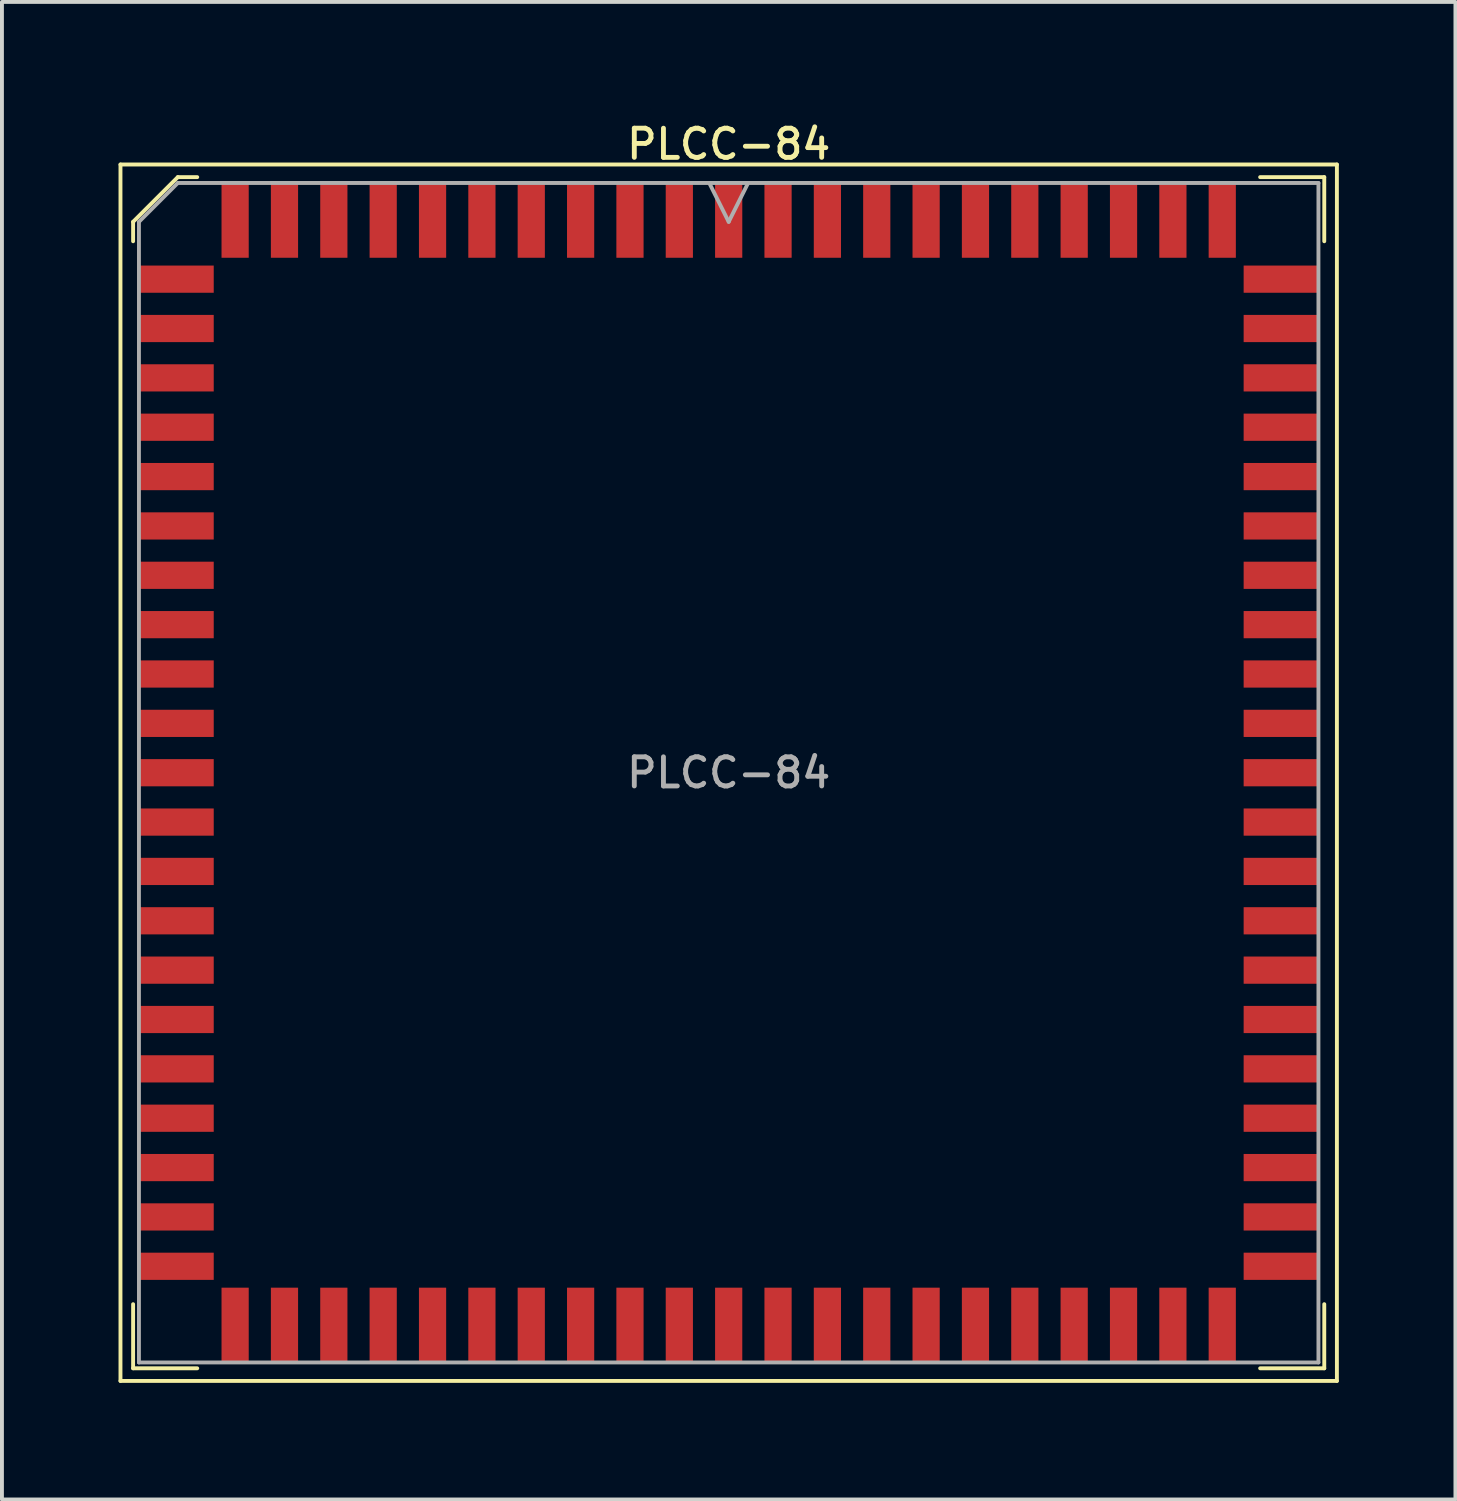
<source format=kicad_pcb>
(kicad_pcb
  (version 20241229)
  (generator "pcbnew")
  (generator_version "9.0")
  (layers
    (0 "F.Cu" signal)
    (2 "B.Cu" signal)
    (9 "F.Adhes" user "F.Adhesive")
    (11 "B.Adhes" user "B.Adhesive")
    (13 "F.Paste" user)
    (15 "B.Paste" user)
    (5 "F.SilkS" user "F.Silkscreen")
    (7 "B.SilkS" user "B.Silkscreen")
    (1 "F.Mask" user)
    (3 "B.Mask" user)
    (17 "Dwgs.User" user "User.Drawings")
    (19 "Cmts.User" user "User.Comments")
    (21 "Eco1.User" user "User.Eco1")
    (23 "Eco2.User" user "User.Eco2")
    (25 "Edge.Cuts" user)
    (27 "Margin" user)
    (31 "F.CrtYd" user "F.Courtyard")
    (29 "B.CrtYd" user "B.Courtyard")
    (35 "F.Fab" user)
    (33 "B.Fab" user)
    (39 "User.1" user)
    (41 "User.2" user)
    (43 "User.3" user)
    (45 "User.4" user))
  (footprint "PLCC-84"
    (layer "F.Cu")
    (at 15.7 16.833)
    (property "Reference" "PLCC-84" (at 0 -16.175 0) (layer "F.SilkS") (effects (font (size 0.75 0.75) (thickness 0.125))))
    (attr smd)
    (fp_line (start -15.65 -15.65) (end -15.65 15.65) (stroke (width 0.1) (type solid)) (layer "F.SilkS"))
    (fp_line (start -15.65 15.65) (end 15.65 15.65) (stroke (width 0.1) (type solid)) (layer "F.SilkS"))
    (fp_line (start -15.325 -14.175) (end -15.325 -13.675) (stroke (width 0.1) (type solid)) (layer "F.SilkS"))
    (fp_line (start -15.325 15.325) (end -15.325 13.675) (stroke (width 0.1) (type solid)) (layer "F.SilkS"))
    (fp_line (start -14.175 -15.325) (end -15.325 -14.175) (stroke (width 0.1) (type solid)) (layer "F.SilkS"))
    (fp_line (start -13.675 -15.325) (end -14.175 -15.325) (stroke (width 0.1) (type solid)) (layer "F.SilkS"))
    (fp_line (start -13.675 15.325) (end -15.325 15.325) (stroke (width 0.1) (type solid)) (layer "F.SilkS"))
    (fp_line (start 13.675 -15.325) (end 15.325 -15.325) (stroke (width 0.1) (type solid)) (layer "F.SilkS"))
    (fp_line (start 13.675 15.325) (end 15.325 15.325) (stroke (width 0.1) (type solid)) (layer "F.SilkS"))
    (fp_line (start 15.325 -15.325) (end 15.325 -13.675) (stroke (width 0.1) (type solid)) (layer "F.SilkS"))
    (fp_line (start 15.325 15.325) (end 15.325 13.675) (stroke (width 0.1) (type solid)) (layer "F.SilkS"))
    (fp_line (start 15.65 -15.65) (end -15.65 -15.65) (stroke (width 0.1) (type solid)) (layer "F.SilkS"))
    (fp_line (start 15.65 15.65) (end 15.65 -15.65) (stroke (width 0.1) (type solid)) (layer "F.SilkS"))
    (fp_line (start -15.175 -14.175) (end -15.175 15.175) (stroke (width 0.1) (type solid)) (layer "F.Fab"))
    (fp_line (start -15.175 15.175) (end 15.175 15.175) (stroke (width 0.1) (type solid)) (layer "F.Fab"))
    (fp_line (start -14.175 -15.175) (end -15.175 -14.175) (stroke (width 0.1) (type solid)) (layer "F.Fab"))
    (fp_line (start -0.5 -15.175) (end 0 -14.175) (stroke (width 0.1) (type solid)) (layer "F.Fab"))
    (fp_line (start 0 -14.175) (end 0.5 -15.175) (stroke (width 0.1) (type solid)) (layer "F.Fab"))
    (fp_line (start 15.175 -15.175) (end -14.175 -15.175) (stroke (width 0.1) (type solid)) (layer "F.Fab"))
    (fp_line (start 15.175 15.175) (end 15.175 -15.175) (stroke (width 0.1) (type solid)) (layer "F.Fab"))
    (fp_text user "${REFERENCE}" (at 0 0 0) (layer "F.Fab") (effects (font (size 0.75 0.75) (thickness 0.125))))
    (pad "1" smd rect (at 0 -14.213) (size 0.7 1.925) (layers "F.Cu" "F.Mask" "F.Paste"))
    (pad "2" smd rect (at -1.27 -14.213) (size 0.7 1.925) (layers "F.Cu" "F.Mask" "F.Paste"))
    (pad "3" smd rect (at -2.54 -14.213) (size 0.7 1.925) (layers "F.Cu" "F.Mask" "F.Paste"))
    (pad "4" smd rect (at -3.81 -14.213) (size 0.7 1.925) (layers "F.Cu" "F.Mask" "F.Paste"))
    (pad "5" smd rect (at -5.08 -14.213) (size 0.7 1.925) (layers "F.Cu" "F.Mask" "F.Paste"))
    (pad "6" smd rect (at -6.35 -14.213) (size 0.7 1.925) (layers "F.Cu" "F.Mask" "F.Paste"))
    (pad "7" smd rect (at -7.62 -14.213) (size 0.7 1.925) (layers "F.Cu" "F.Mask" "F.Paste"))
    (pad "8" smd rect (at -8.89 -14.213) (size 0.7 1.925) (layers "F.Cu" "F.Mask" "F.Paste"))
    (pad "9" smd rect (at -10.16 -14.213) (size 0.7 1.925) (layers "F.Cu" "F.Mask" "F.Paste"))
    (pad "10" smd rect (at -11.43 -14.213) (size 0.7 1.925) (layers "F.Cu" "F.Mask" "F.Paste"))
    (pad "11" smd rect (at -12.7 -14.213) (size 0.7 1.925) (layers "F.Cu" "F.Mask" "F.Paste"))
    (pad "12" smd rect (at -14.213 -12.7) (size 1.925 0.7) (layers "F.Cu" "F.Mask" "F.Paste"))
    (pad "13" smd rect (at -14.213 -11.43) (size 1.925 0.7) (layers "F.Cu" "F.Mask" "F.Paste"))
    (pad "14" smd rect (at -14.213 -10.16) (size 1.925 0.7) (layers "F.Cu" "F.Mask" "F.Paste"))
    (pad "15" smd rect (at -14.213 -8.89) (size 1.925 0.7) (layers "F.Cu" "F.Mask" "F.Paste"))
    (pad "16" smd rect (at -14.213 -7.62) (size 1.925 0.7) (layers "F.Cu" "F.Mask" "F.Paste"))
    (pad "17" smd rect (at -14.213 -6.35) (size 1.925 0.7) (layers "F.Cu" "F.Mask" "F.Paste"))
    (pad "18" smd rect (at -14.213 -5.08) (size 1.925 0.7) (layers "F.Cu" "F.Mask" "F.Paste"))
    (pad "19" smd rect (at -14.213 -3.81) (size 1.925 0.7) (layers "F.Cu" "F.Mask" "F.Paste"))
    (pad "20" smd rect (at -14.213 -2.54) (size 1.925 0.7) (layers "F.Cu" "F.Mask" "F.Paste"))
    (pad "21" smd rect (at -14.213 -1.27) (size 1.925 0.7) (layers "F.Cu" "F.Mask" "F.Paste"))
    (pad "22" smd rect (at -14.213 0) (size 1.925 0.7) (layers "F.Cu" "F.Mask" "F.Paste"))
    (pad "23" smd rect (at -14.213 1.27) (size 1.925 0.7) (layers "F.Cu" "F.Mask" "F.Paste"))
    (pad "24" smd rect (at -14.213 2.54) (size 1.925 0.7) (layers "F.Cu" "F.Mask" "F.Paste"))
    (pad "25" smd rect (at -14.213 3.81) (size 1.925 0.7) (layers "F.Cu" "F.Mask" "F.Paste"))
    (pad "26" smd rect (at -14.213 5.08) (size 1.925 0.7) (layers "F.Cu" "F.Mask" "F.Paste"))
    (pad "27" smd rect (at -14.213 6.35) (size 1.925 0.7) (layers "F.Cu" "F.Mask" "F.Paste"))
    (pad "28" smd rect (at -14.213 7.62) (size 1.925 0.7) (layers "F.Cu" "F.Mask" "F.Paste"))
    (pad "29" smd rect (at -14.213 8.89) (size 1.925 0.7) (layers "F.Cu" "F.Mask" "F.Paste"))
    (pad "30" smd rect (at -14.213 10.16) (size 1.925 0.7) (layers "F.Cu" "F.Mask" "F.Paste"))
    (pad "31" smd rect (at -14.213 11.43) (size 1.925 0.7) (layers "F.Cu" "F.Mask" "F.Paste"))
    (pad "32" smd rect (at -14.213 12.7) (size 1.925 0.7) (layers "F.Cu" "F.Mask" "F.Paste"))
    (pad "33" smd rect (at -12.7 14.213) (size 0.7 1.925) (layers "F.Cu" "F.Mask" "F.Paste"))
    (pad "34" smd rect (at -11.43 14.213) (size 0.7 1.925) (layers "F.Cu" "F.Mask" "F.Paste"))
    (pad "35" smd rect (at -10.16 14.213) (size 0.7 1.925) (layers "F.Cu" "F.Mask" "F.Paste"))
    (pad "36" smd rect (at -8.89 14.213) (size 0.7 1.925) (layers "F.Cu" "F.Mask" "F.Paste"))
    (pad "37" smd rect (at -7.62 14.213) (size 0.7 1.925) (layers "F.Cu" "F.Mask" "F.Paste"))
    (pad "38" smd rect (at -6.35 14.213) (size 0.7 1.925) (layers "F.Cu" "F.Mask" "F.Paste"))
    (pad "39" smd rect (at -5.08 14.213) (size 0.7 1.925) (layers "F.Cu" "F.Mask" "F.Paste"))
    (pad "40" smd rect (at -3.81 14.213) (size 0.7 1.925) (layers "F.Cu" "F.Mask" "F.Paste"))
    (pad "41" smd rect (at -2.54 14.213) (size 0.7 1.925) (layers "F.Cu" "F.Mask" "F.Paste"))
    (pad "42" smd rect (at -1.27 14.213) (size 0.7 1.925) (layers "F.Cu" "F.Mask" "F.Paste"))
    (pad "43" smd rect (at 0 14.213) (size 0.7 1.925) (layers "F.Cu" "F.Mask" "F.Paste"))
    (pad "44" smd rect (at 1.27 14.213) (size 0.7 1.925) (layers "F.Cu" "F.Mask" "F.Paste"))
    (pad "45" smd rect (at 2.54 14.213) (size 0.7 1.925) (layers "F.Cu" "F.Mask" "F.Paste"))
    (pad "46" smd rect (at 3.81 14.213) (size 0.7 1.925) (layers "F.Cu" "F.Mask" "F.Paste"))
    (pad "47" smd rect (at 5.08 14.213) (size 0.7 1.925) (layers "F.Cu" "F.Mask" "F.Paste"))
    (pad "48" smd rect (at 6.35 14.213) (size 0.7 1.925) (layers "F.Cu" "F.Mask" "F.Paste"))
    (pad "49" smd rect (at 7.62 14.213) (size 0.7 1.925) (layers "F.Cu" "F.Mask" "F.Paste"))
    (pad "50" smd rect (at 8.89 14.213) (size 0.7 1.925) (layers "F.Cu" "F.Mask" "F.Paste"))
    (pad "51" smd rect (at 10.16 14.213) (size 0.7 1.925) (layers "F.Cu" "F.Mask" "F.Paste"))
    (pad "52" smd rect (at 11.43 14.213) (size 0.7 1.925) (layers "F.Cu" "F.Mask" "F.Paste"))
    (pad "53" smd rect (at 12.7 14.213) (size 0.7 1.925) (layers "F.Cu" "F.Mask" "F.Paste"))
    (pad "54" smd rect (at 14.213 12.7) (size 1.925 0.7) (layers "F.Cu" "F.Mask" "F.Paste"))
    (pad "55" smd rect (at 14.213 11.43) (size 1.925 0.7) (layers "F.Cu" "F.Mask" "F.Paste"))
    (pad "56" smd rect (at 14.213 10.16) (size 1.925 0.7) (layers "F.Cu" "F.Mask" "F.Paste"))
    (pad "57" smd rect (at 14.213 8.89) (size 1.925 0.7) (layers "F.Cu" "F.Mask" "F.Paste"))
    (pad "58" smd rect (at 14.213 7.62) (size 1.925 0.7) (layers "F.Cu" "F.Mask" "F.Paste"))
    (pad "59" smd rect (at 14.213 6.35) (size 1.925 0.7) (layers "F.Cu" "F.Mask" "F.Paste"))
    (pad "60" smd rect (at 14.213 5.08) (size 1.925 0.7) (layers "F.Cu" "F.Mask" "F.Paste"))
    (pad "61" smd rect (at 14.213 3.81) (size 1.925 0.7) (layers "F.Cu" "F.Mask" "F.Paste"))
    (pad "62" smd rect (at 14.213 2.54) (size 1.925 0.7) (layers "F.Cu" "F.Mask" "F.Paste"))
    (pad "63" smd rect (at 14.213 1.27) (size 1.925 0.7) (layers "F.Cu" "F.Mask" "F.Paste"))
    (pad "64" smd rect (at 14.213 0) (size 1.925 0.7) (layers "F.Cu" "F.Mask" "F.Paste"))
    (pad "65" smd rect (at 14.213 -1.27) (size 1.925 0.7) (layers "F.Cu" "F.Mask" "F.Paste"))
    (pad "66" smd rect (at 14.213 -2.54) (size 1.925 0.7) (layers "F.Cu" "F.Mask" "F.Paste"))
    (pad "67" smd rect (at 14.213 -3.81) (size 1.925 0.7) (layers "F.Cu" "F.Mask" "F.Paste"))
    (pad "68" smd rect (at 14.213 -5.08) (size 1.925 0.7) (layers "F.Cu" "F.Mask" "F.Paste"))
    (pad "69" smd rect (at 14.213 -6.35) (size 1.925 0.7) (layers "F.Cu" "F.Mask" "F.Paste"))
    (pad "70" smd rect (at 14.213 -7.62) (size 1.925 0.7) (layers "F.Cu" "F.Mask" "F.Paste"))
    (pad "71" smd rect (at 14.213 -8.89) (size 1.925 0.7) (layers "F.Cu" "F.Mask" "F.Paste"))
    (pad "72" smd rect (at 14.213 -10.16) (size 1.925 0.7) (layers "F.Cu" "F.Mask" "F.Paste"))
    (pad "73" smd rect (at 14.213 -11.43) (size 1.925 0.7) (layers "F.Cu" "F.Mask" "F.Paste"))
    (pad "74" smd rect (at 14.213 -12.7) (size 1.925 0.7) (layers "F.Cu" "F.Mask" "F.Paste"))
    (pad "75" smd rect (at 12.7 -14.213) (size 0.7 1.925) (layers "F.Cu" "F.Mask" "F.Paste"))
    (pad "76" smd rect (at 11.43 -14.213) (size 0.7 1.925) (layers "F.Cu" "F.Mask" "F.Paste"))
    (pad "77" smd rect (at 10.16 -14.213) (size 0.7 1.925) (layers "F.Cu" "F.Mask" "F.Paste"))
    (pad "78" smd rect (at 8.89 -14.213) (size 0.7 1.925) (layers "F.Cu" "F.Mask" "F.Paste"))
    (pad "79" smd rect (at 7.62 -14.213) (size 0.7 1.925) (layers "F.Cu" "F.Mask" "F.Paste"))
    (pad "80" smd rect (at 6.35 -14.213) (size 0.7 1.925) (layers "F.Cu" "F.Mask" "F.Paste"))
    (pad "81" smd rect (at 5.08 -14.213) (size 0.7 1.925) (layers "F.Cu" "F.Mask" "F.Paste"))
    (pad "82" smd rect (at 3.81 -14.213) (size 0.7 1.925) (layers "F.Cu" "F.Mask" "F.Paste"))
    (pad "83" smd rect (at 2.54 -14.213) (size 0.7 1.925) (layers "F.Cu" "F.Mask" "F.Paste"))
    (pad "84" smd rect (at 1.27 -14.213) (size 0.7 1.925) (layers "F.Cu" "F.Mask" "F.Paste")))
  (gr_rect
    (start -3 -3)
    (end 34.4 35.533)
    (stroke (width 0.1) (type default))
    (fill no)
    (layer "Edge.Cuts")))
</source>
